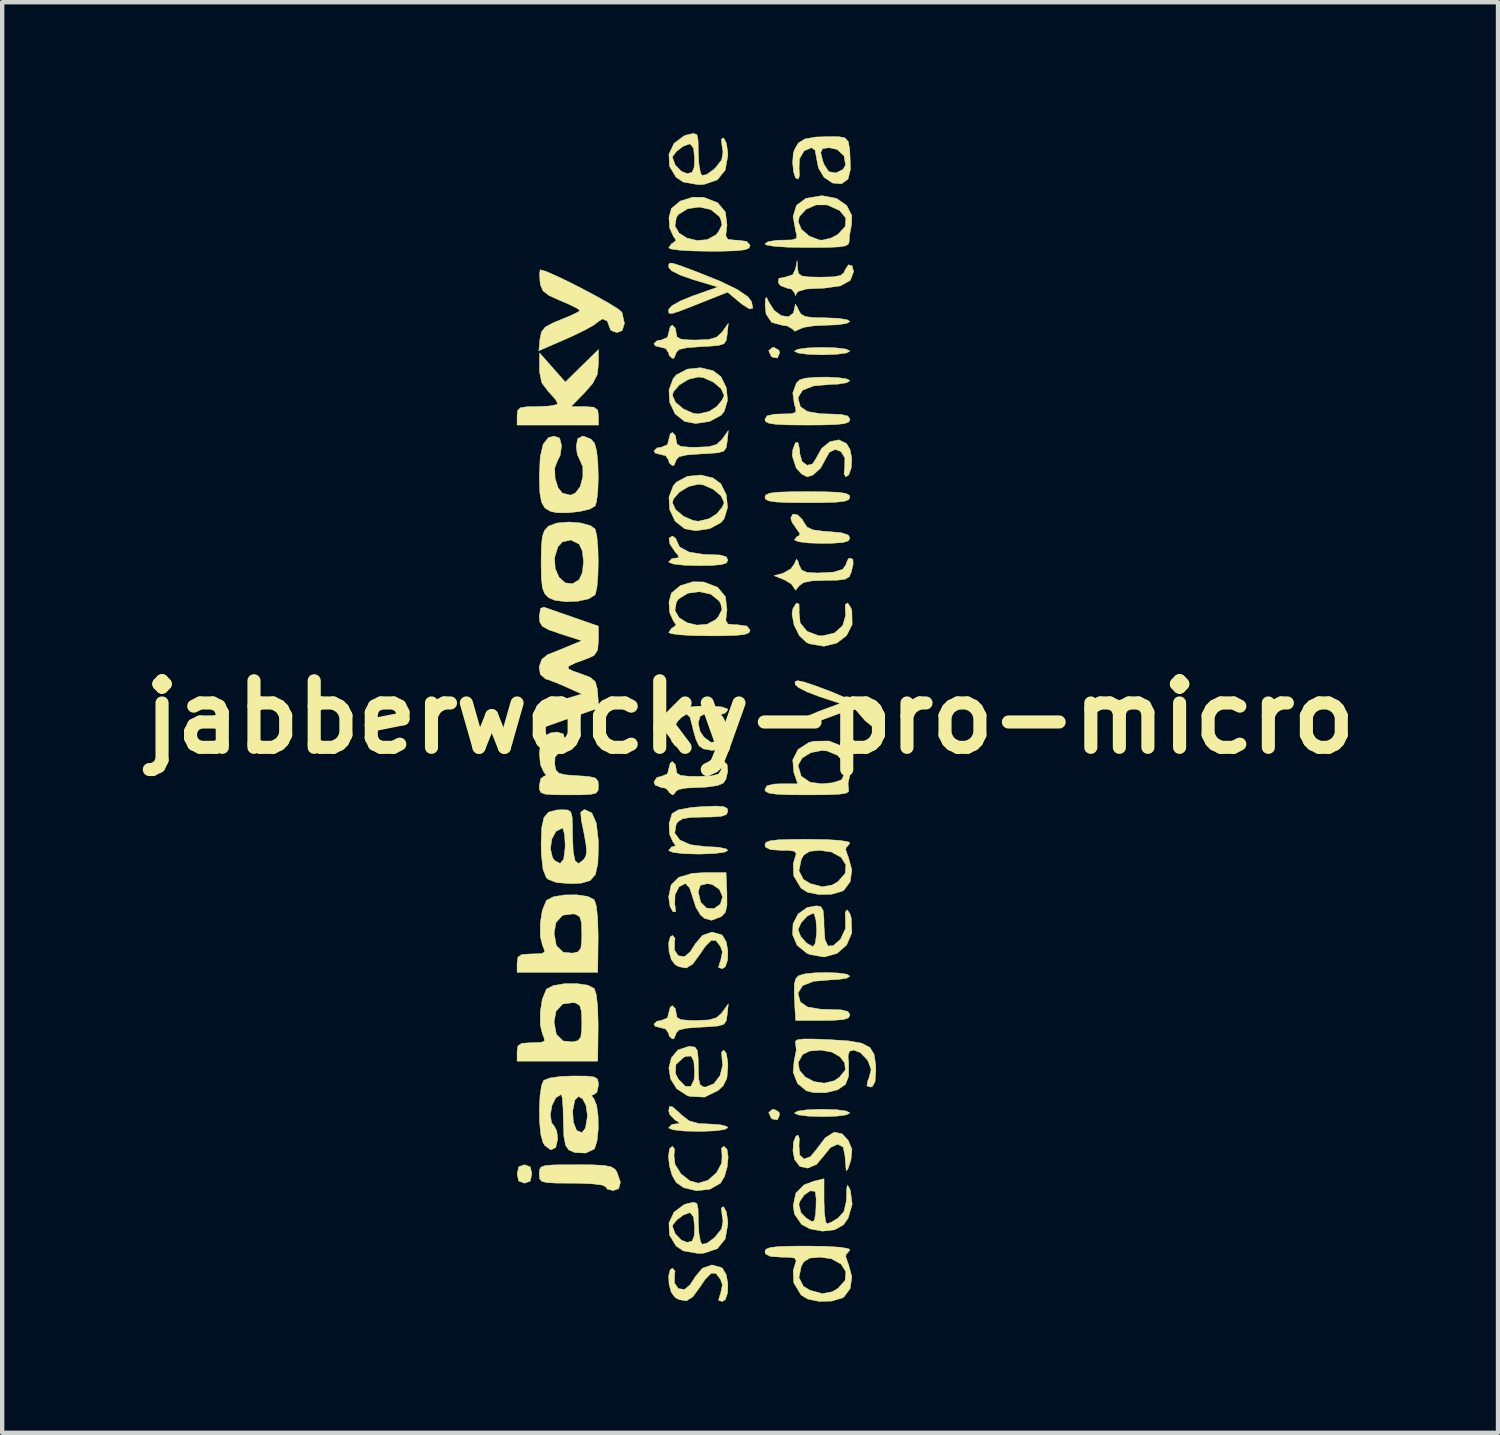
<source format=kicad_pcb>
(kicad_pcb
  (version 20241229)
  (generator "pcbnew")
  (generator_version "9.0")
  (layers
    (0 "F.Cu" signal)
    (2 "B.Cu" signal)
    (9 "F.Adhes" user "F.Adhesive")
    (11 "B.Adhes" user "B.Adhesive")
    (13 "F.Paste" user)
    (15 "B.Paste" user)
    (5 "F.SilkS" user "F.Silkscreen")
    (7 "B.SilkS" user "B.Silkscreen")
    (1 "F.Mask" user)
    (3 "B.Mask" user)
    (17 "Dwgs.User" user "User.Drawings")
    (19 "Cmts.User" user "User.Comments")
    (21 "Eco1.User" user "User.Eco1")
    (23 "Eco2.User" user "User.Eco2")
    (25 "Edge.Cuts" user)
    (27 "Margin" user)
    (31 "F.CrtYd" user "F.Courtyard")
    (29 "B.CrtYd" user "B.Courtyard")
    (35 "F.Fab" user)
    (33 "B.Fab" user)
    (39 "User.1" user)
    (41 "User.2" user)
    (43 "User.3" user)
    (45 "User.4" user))
  (footprint "jabberwocky-pro-micro"
    (layer "F.Cu")
    (at 14.122 13.37)
    (property "Reference" "jabberwocky-pro-micro" (at 0 0 0) (layer "F.SilkS") (effects (font (size 1.524 1.524) (thickness 0.3))))
    (attr through_hole)
    (fp_poly (pts (xy -5.032 10.294) (xy -4.995 10.456) (xy -5.035 10.622) (xy -5.165 10.668) (xy -5.297 10.618) (xy -5.334 10.456) (xy -5.294 10.29) (xy -5.165 10.245) (xy -5.032 10.294)) (stroke (width 0.01) (type solid)) (fill yes) (layer "F.SilkS"))
    (fp_poly (pts (xy 0.663 -8.399) (xy 0.677 -8.34) (xy 0.626 -8.223) (xy 0.509 -8.244) (xy 0.48 -8.269) (xy 0.426 -8.393) (xy 0.514 -8.464) (xy 0.55 -8.467) (xy 0.663 -8.399)) (stroke (width 0.01) (type solid)) (fill yes) (layer "F.SilkS"))
    (fp_poly (pts (xy 0.663 9.042) (xy 0.677 9.102) (xy 0.626 9.218) (xy 0.509 9.197) (xy 0.48 9.172) (xy 0.426 9.048) (xy 0.514 8.978) (xy 0.55 8.975) (xy 0.663 9.042)) (stroke (width 0.01) (type solid)) (fill yes) (layer "F.SilkS"))
    (fp_poly (pts (xy 1.971 -8.456) (xy 2.194 -8.428) (xy 2.285 -8.386) (xy 2.286 -8.382) (xy 2.207 -8.339) (xy 1.994 -8.31) (xy 1.681 -8.297) (xy 1.651 -8.297) (xy 1.331 -8.308) (xy 1.108 -8.336) (xy 1.017 -8.378) (xy 1.016 -8.382) (xy 1.095 -8.425) (xy 1.308 -8.454) (xy 1.621 -8.467) (xy 1.651 -8.467) (xy 1.971 -8.456)) (stroke (width 0.01) (type solid)) (fill yes) (layer "F.SilkS"))
    (fp_poly (pts (xy 1.971 8.985) (xy 2.194 9.014) (xy 2.285 9.055) (xy 2.286 9.059) (xy 2.207 9.102) (xy 1.994 9.132) (xy 1.681 9.144) (xy 1.651 9.144) (xy 1.331 9.133) (xy 1.108 9.105) (xy 1.017 9.063) (xy 1.016 9.059) (xy 1.095 9.017) (xy 1.308 8.987) (xy 1.621 8.975) (xy 1.651 8.975) (xy 1.971 8.985)) (stroke (width 0.01) (type solid)) (fill yes) (layer "F.SilkS"))
    (fp_poly (pts (xy 1.74 -5.161) (xy 2.025 -5.149) (xy 2.193 -5.124) (xy 2.271 -5.083) (xy 2.286 -5.038) (xy 2.26 -4.982) (xy 2.164 -4.945) (xy 1.973 -4.923) (xy 1.659 -4.913) (xy 1.312 -4.911) (xy 0.885 -4.914) (xy 0.6 -4.927) (xy 0.432 -4.952) (xy 0.354 -4.992) (xy 0.339 -5.038) (xy 0.365 -5.093) (xy 0.46 -5.131) (xy 0.652 -5.153) (xy 0.966 -5.163) (xy 1.312 -5.165) (xy 1.74 -5.161)) (stroke (width 0.01) (type solid)) (fill yes) (layer "F.SilkS"))
    (fp_poly (pts (xy -1.779 8.918) (xy -1.634 9.042) (xy -1.574 9.102) (xy -1.397 9.239) (xy -1.181 9.301) (xy -0.935 9.313) (xy -0.692 9.328) (xy -0.538 9.367) (xy -0.508 9.398) (xy -0.587 9.44) (xy -0.803 9.469) (xy -1.125 9.482) (xy -1.185 9.483) (xy -1.521 9.473) (xy -1.756 9.446) (xy -1.86 9.406) (xy -1.863 9.398) (xy -1.793 9.325) (xy -1.714 9.311) (xy -1.611 9.301) (xy -1.657 9.256) (xy -1.714 9.222) (xy -1.838 9.096) (xy -1.863 9.013) (xy -1.846 8.911) (xy -1.779 8.918)) (stroke (width 0.01) (type solid)) (fill yes) (layer "F.SilkS"))
    (fp_poly (pts (xy -1.696 -4.089) (xy -1.693 -4.07) (xy -1.615 -3.899) (xy -1.397 -3.781) (xy -1.061 -3.727) (xy -0.968 -3.725) (xy -0.689 -3.714) (xy -0.546 -3.673) (xy -0.508 -3.598) (xy -0.54 -3.533) (xy -0.656 -3.494) (xy -0.885 -3.475) (xy -1.185 -3.471) (xy -1.521 -3.481) (xy -1.756 -3.508) (xy -1.86 -3.548) (xy -1.863 -3.556) (xy -1.793 -3.629) (xy -1.723 -3.641) (xy -1.63 -3.653) (xy -1.655 -3.718) (xy -1.723 -3.796) (xy -1.837 -3.969) (xy -1.854 -4.101) (xy -1.778 -4.149) (xy -1.696 -4.089)) (stroke (width 0.01) (type solid)) (fill yes) (layer "F.SilkS"))
    (fp_poly (pts (xy 1.085 -4.634) (xy 1.198 -4.524) (xy 1.229 -4.466) (xy 1.304 -4.354) (xy 1.437 -4.29) (xy 1.673 -4.258) (xy 1.799 -4.25) (xy 2.096 -4.222) (xy 2.249 -4.17) (xy 2.286 -4.102) (xy 2.249 -4.037) (xy 2.119 -3.999) (xy 1.867 -3.982) (xy 1.651 -3.979) (xy 1.331 -3.99) (xy 1.108 -4.018) (xy 1.017 -4.06) (xy 1.016 -4.064) (xy 1.082 -4.144) (xy 1.114 -4.149) (xy 1.144 -4.198) (xy 1.071 -4.303) (xy 0.962 -4.461) (xy 0.931 -4.558) (xy 0.979 -4.651) (xy 1.085 -4.634)) (stroke (width 0.01) (type solid)) (fill yes) (layer "F.SilkS"))
    (fp_poly (pts (xy -3.591 10.248) (xy -3.335 10.262) (xy -3.18 10.294) (xy -3.093 10.348) (xy -3.051 10.408) (xy -2.968 10.643) (xy -3.007 10.793) (xy -3.133 10.837) (xy -3.27 10.802) (xy -3.302 10.753) (xy -3.382 10.712) (xy -3.603 10.683) (xy -3.938 10.669) (xy -4.064 10.668) (xy -4.425 10.666) (xy -4.649 10.655) (xy -4.768 10.626) (xy -4.817 10.569) (xy -4.826 10.475) (xy -4.826 10.456) (xy -4.821 10.36) (xy -4.785 10.299) (xy -4.686 10.264) (xy -4.495 10.249) (xy -4.18 10.245) (xy -3.982 10.245) (xy -3.591 10.248)) (stroke (width 0.01) (type solid)) (fill yes) (layer "F.SilkS"))
    (fp_poly (pts (xy -0.527 9.892) (xy -0.502 10.068) (xy -0.523 10.293) (xy -0.584 10.512) (xy -0.677 10.668) (xy -0.922 10.807) (xy -1.228 10.84) (xy -1.521 10.77) (xy -1.69 10.652) (xy -1.786 10.486) (xy -1.847 10.265) (xy -1.868 10.044) (xy -1.843 9.878) (xy -1.776 9.821) (xy -1.728 9.891) (xy -1.742 10.029) (xy -1.718 10.24) (xy -1.582 10.453) (xy -1.381 10.613) (xy -1.185 10.668) (xy -0.961 10.599) (xy -0.767 10.427) (xy -0.649 10.208) (xy -0.642 10.035) (xy -0.654 9.867) (xy -0.602 9.821) (xy -0.527 9.892)) (stroke (width 0.01) (type solid)) (fill yes) (layer "F.SilkS"))
    (fp_poly (pts (xy 2.311 -2.499) (xy 2.331 -2.431) (xy 2.337 -2.122) (xy 2.209 -1.869) (xy 1.983 -1.696) (xy 1.69 -1.625) (xy 1.365 -1.68) (xy 1.294 -1.711) (xy 1.129 -1.866) (xy 1.007 -2.11) (xy 0.96 -2.364) (xy 0.98 -2.485) (xy 1.061 -2.614) (xy 1.121 -2.591) (xy 1.125 -2.435) (xy 1.121 -2.41) (xy 1.147 -2.158) (xy 1.307 -1.966) (xy 1.565 -1.868) (xy 1.651 -1.863) (xy 1.93 -1.927) (xy 2.121 -2.097) (xy 2.189 -2.335) (xy 2.181 -2.41) (xy 2.179 -2.583) (xy 2.236 -2.615) (xy 2.311 -2.499)) (stroke (width 0.01) (type solid)) (fill yes) (layer "F.SilkS"))
    (fp_poly (pts (xy -3.471 -8.086) (xy -3.498 -7.847) (xy -3.602 -7.643) (xy -3.785 -7.433) (xy -4.098 -7.112) (xy -3.785 -7.112) (xy -3.577 -7.098) (xy -3.489 -7.035) (xy -3.471 -6.9) (xy -3.471 -6.689) (xy -5.334 -6.689) (xy -5.334 -6.9) (xy -5.322 -7.022) (xy -5.258 -7.085) (xy -5.101 -7.109) (xy -4.868 -7.112) (xy -4.613 -7.123) (xy -4.444 -7.153) (xy -4.403 -7.182) (xy -4.459 -7.282) (xy -4.596 -7.433) (xy -4.614 -7.451) (xy -4.769 -7.656) (xy -4.822 -7.918) (xy -4.822 -7.995) (xy -4.819 -8.34) (xy -4.524 -8.006) (xy -4.23 -7.673) (xy -3.851 -8.045) (xy -3.471 -8.417) (xy -3.471 -8.086)) (stroke (width 0.01) (type solid)) (fill yes) (layer "F.SilkS"))
    (fp_poly (pts (xy 1.089 -10.266) (xy 1.11 -10.16) (xy 1.183 -10.103) (xy 1.348 -10.08) (xy 1.617 -10.075) (xy 1.909 -10.083) (xy 2.073 -10.114) (xy 2.153 -10.181) (xy 2.177 -10.244) (xy 2.252 -10.358) (xy 2.337 -10.332) (xy 2.371 -10.203) (xy 2.295 -10.002) (xy 2.068 -9.875) (xy 1.695 -9.823) (xy 1.61 -9.821) (xy 1.286 -9.803) (xy 1.103 -9.75) (xy 1.072 -9.716) (xy 1.034 -9.653) (xy 1.023 -9.716) (xy 0.946 -9.803) (xy 0.856 -9.821) (xy 0.698 -9.88) (xy 0.647 -9.948) (xy 0.658 -10.047) (xy 0.801 -10.075) (xy 0.977 -10.131) (xy 1.041 -10.266) (xy 1.078 -10.456) (xy 1.089 -10.266)) (stroke (width 0.01) (type solid)) (fill yes) (layer "F.SilkS"))
    (fp_poly (pts (xy 1.23 -0.808) (xy 1.484 -0.724) (xy 1.871 -0.579) (xy 1.874 -0.578) (xy 2.308 -0.392) (xy 2.639 -0.206) (xy 2.851 -0.034) (xy 2.927 0.111) (xy 2.895 0.187) (xy 2.79 0.204) (xy 2.635 0.079) (xy 2.594 0.032) (xy 2.383 -0.212) (xy 1.847 -0.013) (xy 1.469 0.125) (xy 1.224 0.209) (xy 1.085 0.243) (xy 1.027 0.233) (xy 1.025 0.186) (xy 1.031 0.168) (xy 1.125 0.081) (xy 1.332 -0.032) (xy 1.564 -0.13) (xy 2.061 -0.315) (xy 1.565 -0.48) (xy 1.298 -0.583) (xy 1.106 -0.682) (xy 1.035 -0.746) (xy 1.029 -0.814) (xy 1.087 -0.837) (xy 1.23 -0.808)) (stroke (width 0.01) (type solid)) (fill yes) (layer "F.SilkS"))
    (fp_poly (pts (xy 0.419 -9.522) (xy 0.551 -9.314) (xy 0.717 -9.193) (xy 0.878 -9.169) (xy 0.992 -9.252) (xy 1.021 -9.374) (xy 1.037 -9.456) (xy 1.082 -9.385) (xy 1.103 -9.335) (xy 1.163 -9.231) (xy 1.266 -9.173) (xy 1.455 -9.149) (xy 1.733 -9.144) (xy 2.022 -9.132) (xy 2.219 -9.101) (xy 2.286 -9.059) (xy 2.208 -9.015) (xy 2.004 -8.984) (xy 1.753 -8.975) (xy 1.459 -8.961) (xy 1.23 -8.925) (xy 1.127 -8.883) (xy 1.025 -8.836) (xy 0.978 -8.883) (xy 0.856 -8.956) (xy 0.732 -8.975) (xy 0.494 -9.039) (xy 0.366 -9.231) (xy 0.344 -9.436) (xy 0.354 -9.597) (xy 0.382 -9.604) (xy 0.419 -9.522)) (stroke (width 0.01) (type solid)) (fill yes) (layer "F.SilkS"))
    (fp_poly (pts (xy 2.205 -6.268) (xy 2.288 -6.132) (xy 2.329 -5.922) (xy 2.316 -5.706) (xy 2.258 -5.547) (xy 2.191 -5.503) (xy 2.151 -5.573) (xy 2.167 -5.716) (xy 2.17 -5.936) (xy 2.083 -6.081) (xy 1.95 -6.131) (xy 1.814 -6.066) (xy 1.733 -5.919) (xy 1.613 -5.701) (xy 1.439 -5.545) (xy 1.308 -5.503) (xy 1.179 -5.568) (xy 1.056 -5.706) (xy 0.965 -5.986) (xy 0.98 -6.133) (xy 1.042 -6.289) (xy 1.098 -6.284) (xy 1.134 -6.131) (xy 1.139 -6.031) (xy 1.192 -5.851) (xy 1.307 -5.768) (xy 1.432 -5.8) (xy 1.495 -5.899) (xy 1.639 -6.155) (xy 1.83 -6.309) (xy 2.031 -6.35) (xy 2.205 -6.268)) (stroke (width 0.01) (type solid)) (fill yes) (layer "F.SilkS"))
    (fp_poly (pts (xy -1.75 -10.388) (xy -1.576 -10.33) (xy -1.28 -10.219) (xy -1.23 -10.2) (xy -0.68 -9.979) (xy -0.289 -9.79) (xy -0.051 -9.628) (xy 0.034 -9.516) (xy 0.063 -9.366) (xy -0.012 -9.347) (xy -0.188 -9.458) (xy -0.254 -9.512) (xy -0.515 -9.731) (xy -0.956 -9.556) (xy -1.346 -9.401) (xy -1.605 -9.301) (xy -1.759 -9.249) (xy -1.836 -9.239) (xy -1.862 -9.265) (xy -1.863 -9.32) (xy -1.863 -9.34) (xy -1.789 -9.421) (xy -1.594 -9.53) (xy -1.319 -9.643) (xy -1.299 -9.65) (xy -0.736 -9.849) (xy -1.299 -10.017) (xy -1.604 -10.124) (xy -1.802 -10.226) (xy -1.863 -10.3) (xy -1.861 -10.368) (xy -1.834 -10.399) (xy -1.75 -10.388)) (stroke (width 0.01) (type solid)) (fill yes) (layer "F.SilkS"))
    (fp_poly (pts (xy 2.109 9.537) (xy 2.246 9.686) (xy 2.332 9.89) (xy 2.311 10.124) (xy 2.298 10.173) (xy 2.242 10.336) (xy 2.205 10.382) (xy 2.201 10.372) (xy 2.186 10.231) (xy 2.172 10.033) (xy 2.131 9.843) (xy 2.02 9.78) (xy 1.997 9.779) (xy 1.842 9.85) (xy 1.696 10.029) (xy 1.694 10.033) (xy 1.522 10.237) (xy 1.323 10.323) (xy 1.14 10.285) (xy 1.022 10.132) (xy 0.982 9.931) (xy 0.994 9.729) (xy 1.049 9.592) (xy 1.096 9.567) (xy 1.128 9.639) (xy 1.12 9.809) (xy 1.135 10.025) (xy 1.235 10.114) (xy 1.38 10.062) (xy 1.497 9.924) (xy 1.721 9.629) (xy 1.924 9.5) (xy 2.109 9.537)) (stroke (width 0.01) (type solid)) (fill yes) (layer "F.SilkS"))
    (fp_poly (pts (xy 2.355 -3.614) (xy 2.36 -3.506) (xy 2.317 -3.323) (xy 2.273 -3.219) (xy 2.181 -3.161) (xy 2.001 -3.137) (xy 1.73 -3.133) (xy 1.413 -3.122) (xy 1.224 -3.083) (xy 1.121 -3.006) (xy 1.107 -2.985) (xy 1.039 -2.907) (xy 1.019 -2.944) (xy 0.946 -3.05) (xy 0.783 -3.147) (xy 0.55 -3.241) (xy 0.754 -3.295) (xy 0.935 -3.398) (xy 1.015 -3.511) (xy 1.062 -3.619) (xy 1.097 -3.573) (xy 1.121 -3.488) (xy 1.179 -3.37) (xy 1.304 -3.316) (xy 1.547 -3.302) (xy 1.551 -3.302) (xy 1.911 -3.322) (xy 2.121 -3.386) (xy 2.2 -3.5) (xy 2.201 -3.523) (xy 2.25 -3.629) (xy 2.286 -3.641) (xy 2.355 -3.614)) (stroke (width 0.01) (type solid)) (fill yes) (layer "F.SilkS"))
    (fp_poly (pts (xy 2.018 5.856) (xy 2.21 5.883) (xy 2.286 5.927) (xy 2.286 5.927) (xy 2.21 5.975) (xy 2.015 6.005) (xy 1.857 6.011) (xy 1.457 6.045) (xy 1.203 6.144) (xy 1.102 6.307) (xy 1.101 6.336) (xy 1.151 6.521) (xy 1.316 6.634) (xy 1.615 6.684) (xy 1.795 6.689) (xy 2.084 6.699) (xy 2.237 6.736) (xy 2.286 6.807) (xy 2.286 6.816) (xy 2.252 6.883) (xy 2.13 6.923) (xy 1.89 6.94) (xy 1.665 6.943) (xy 1.044 6.943) (xy 1.027 6.668) (xy 1.01 6.324) (xy 1.014 6.11) (xy 1.045 5.988) (xy 1.107 5.921) (xy 1.114 5.917) (xy 1.256 5.875) (xy 1.489 5.851) (xy 1.76 5.845) (xy 2.018 5.856)) (stroke (width 0.01) (type solid)) (fill yes) (layer "F.SilkS"))
    (fp_poly (pts (xy -4.276 0.38) (xy -4.233 0.534) (xy -4.233 0.541) (xy -4.283 0.718) (xy -4.366 0.795) (xy -4.466 0.918) (xy -4.472 1.079) (xy -4.445 1.211) (xy -4.374 1.284) (xy -4.217 1.32) (xy -3.958 1.338) (xy -3.684 1.358) (xy -3.538 1.394) (xy -3.481 1.466) (xy -3.471 1.571) (xy -3.479 1.673) (xy -3.525 1.735) (xy -3.644 1.766) (xy -3.871 1.777) (xy -4.149 1.778) (xy -4.485 1.776) (xy -4.686 1.762) (xy -4.787 1.725) (xy -4.822 1.656) (xy -4.826 1.566) (xy -4.791 1.407) (xy -4.724 1.355) (xy -4.665 1.33) (xy -4.724 1.253) (xy -4.799 1.086) (xy -4.823 0.839) (xy -4.796 0.595) (xy -4.724 0.44) (xy -4.562 0.358) (xy -4.428 0.339) (xy -4.276 0.38)) (stroke (width 0.01) (type solid)) (fill yes) (layer "F.SilkS"))
    (fp_poly (pts (xy -0.847 -7.933) (xy -0.668 -7.799) (xy -0.542 -7.542) (xy -0.516 -7.253) (xy -0.593 -7) (xy -0.662 -6.914) (xy -0.924 -6.772) (xy -1.243 -6.724) (xy -1.497 -6.771) (xy -1.716 -6.944) (xy -1.839 -7.204) (xy -1.849 -7.366) (xy -1.778 -7.366) (xy -1.705 -7.208) (xy -1.527 -7.058) (xy -1.304 -6.959) (xy -1.185 -6.943) (xy -0.937 -7) (xy -0.762 -7.112) (xy -0.638 -7.264) (xy -0.593 -7.366) (xy -0.665 -7.524) (xy -0.843 -7.674) (xy -1.066 -7.773) (xy -1.185 -7.789) (xy -1.407 -7.737) (xy -1.617 -7.61) (xy -1.755 -7.451) (xy -1.778 -7.366) (xy -1.849 -7.366) (xy -1.857 -7.493) (xy -1.759 -7.755) (xy -1.687 -7.838) (xy -1.435 -7.97) (xy -1.133 -8.001) (xy -0.847 -7.933)) (stroke (width 0.01) (type solid)) (fill yes) (layer "F.SilkS"))
    (fp_poly (pts (xy -0.847 -5.477) (xy -0.668 -5.344) (xy -0.542 -5.087) (xy -0.516 -4.798) (xy -0.593 -4.545) (xy -0.662 -4.459) (xy -0.924 -4.317) (xy -1.243 -4.269) (xy -1.497 -4.315) (xy -1.716 -4.488) (xy -1.839 -4.749) (xy -1.849 -4.911) (xy -1.778 -4.911) (xy -1.705 -4.752) (xy -1.527 -4.602) (xy -1.304 -4.504) (xy -1.185 -4.487) (xy -0.937 -4.545) (xy -0.762 -4.657) (xy -0.638 -4.808) (xy -0.593 -4.911) (xy -0.665 -5.069) (xy -0.843 -5.219) (xy -1.066 -5.317) (xy -1.185 -5.334) (xy -1.407 -5.282) (xy -1.617 -5.155) (xy -1.755 -4.996) (xy -1.778 -4.911) (xy -1.849 -4.911) (xy -1.857 -5.038) (xy -1.759 -5.299) (xy -1.687 -5.382) (xy -1.435 -5.515) (xy -1.133 -5.546) (xy -0.847 -5.477)) (stroke (width 0.01) (type solid)) (fill yes) (layer "F.SilkS"))
    (fp_poly (pts (xy -0.657 4.979) (xy -0.63 4.999) (xy -0.546 5.142) (xy -0.508 5.349) (xy -0.515 5.56) (xy -0.568 5.715) (xy -0.638 5.757) (xy -0.722 5.728) (xy -0.69 5.613) (xy -0.677 5.588) (xy -0.633 5.371) (xy -0.677 5.249) (xy -0.781 5.112) (xy -0.89 5.109) (xy -1.028 5.248) (xy -1.143 5.419) (xy -1.312 5.65) (xy -1.46 5.742) (xy -1.627 5.712) (xy -1.714 5.666) (xy -1.803 5.548) (xy -1.855 5.361) (xy -1.864 5.166) (xy -1.826 5.026) (xy -1.772 4.995) (xy -1.718 5.06) (xy -1.728 5.144) (xy -1.731 5.332) (xy -1.643 5.462) (xy -1.501 5.48) (xy -1.497 5.479) (xy -1.371 5.371) (xy -1.255 5.191) (xy -1.091 4.995) (xy -0.872 4.919) (xy -0.657 4.979)) (stroke (width 0.01) (type solid)) (fill yes) (layer "F.SilkS"))
    (fp_poly (pts (xy -0.657 12.599) (xy -0.63 12.619) (xy -0.546 12.762) (xy -0.508 12.969) (xy -0.515 13.18) (xy -0.568 13.335) (xy -0.638 13.377) (xy -0.722 13.348) (xy -0.69 13.233) (xy -0.677 13.208) (xy -0.633 12.991) (xy -0.677 12.869) (xy -0.781 12.732) (xy -0.89 12.729) (xy -1.028 12.868) (xy -1.143 13.039) (xy -1.312 13.27) (xy -1.46 13.362) (xy -1.627 13.332) (xy -1.714 13.286) (xy -1.803 13.168) (xy -1.855 12.981) (xy -1.864 12.786) (xy -1.826 12.646) (xy -1.772 12.615) (xy -1.718 12.68) (xy -1.728 12.764) (xy -1.731 12.952) (xy -1.643 13.082) (xy -1.501 13.1) (xy -1.497 13.099) (xy -1.371 12.991) (xy -1.255 12.811) (xy -1.091 12.615) (xy -0.872 12.539) (xy -0.657 12.599)) (stroke (width 0.01) (type solid)) (fill yes) (layer "F.SilkS"))
    (fp_poly (pts (xy -0.524 -8.763) (xy -0.545 -8.628) (xy -0.599 -8.55) (xy -0.726 -8.511) (xy -0.964 -8.491) (xy -1.122 -8.484) (xy -1.444 -8.46) (xy -1.625 -8.419) (xy -1.691 -8.354) (xy -1.693 -8.336) (xy -1.74 -8.226) (xy -1.778 -8.213) (xy -1.853 -8.281) (xy -1.863 -8.34) (xy -1.933 -8.443) (xy -2.032 -8.467) (xy -2.17 -8.502) (xy -2.201 -8.551) (xy -2.13 -8.62) (xy -2.032 -8.636) (xy -1.89 -8.696) (xy -1.863 -8.805) (xy -1.827 -8.943) (xy -1.778 -8.975) (xy -1.709 -8.904) (xy -1.693 -8.805) (xy -1.673 -8.707) (xy -1.585 -8.656) (xy -1.389 -8.638) (xy -1.232 -8.636) (xy -0.944 -8.649) (xy -0.768 -8.7) (xy -0.65 -8.806) (xy -0.635 -8.826) (xy -0.498 -9.017) (xy -0.524 -8.763)) (stroke (width 0.01) (type solid)) (fill yes) (layer "F.SilkS"))
    (fp_poly (pts (xy -0.524 -6.308) (xy -0.545 -6.173) (xy -0.599 -6.095) (xy -0.726 -6.055) (xy -0.964 -6.036) (xy -1.122 -6.029) (xy -1.444 -6.005) (xy -1.625 -5.964) (xy -1.691 -5.899) (xy -1.693 -5.88) (xy -1.74 -5.77) (xy -1.778 -5.757) (xy -1.853 -5.826) (xy -1.863 -5.884) (xy -1.933 -5.988) (xy -2.032 -6.011) (xy -2.17 -6.047) (xy -2.201 -6.096) (xy -2.13 -6.165) (xy -2.032 -6.181) (xy -1.89 -6.241) (xy -1.863 -6.35) (xy -1.827 -6.488) (xy -1.778 -6.519) (xy -1.709 -6.448) (xy -1.693 -6.35) (xy -1.673 -6.252) (xy -1.585 -6.201) (xy -1.389 -6.182) (xy -1.232 -6.181) (xy -0.944 -6.194) (xy -0.768 -6.244) (xy -0.65 -6.35) (xy -0.635 -6.371) (xy -0.498 -6.562) (xy -0.524 -6.308)) (stroke (width 0.01) (type solid)) (fill yes) (layer "F.SilkS"))
    (fp_poly (pts (xy -0.524 6.816) (xy -0.545 6.95) (xy -0.599 7.028) (xy -0.726 7.068) (xy -0.964 7.087) (xy -1.122 7.095) (xy -1.444 7.118) (xy -1.625 7.159) (xy -1.691 7.224) (xy -1.693 7.243) (xy -1.74 7.353) (xy -1.778 7.366) (xy -1.853 7.297) (xy -1.863 7.239) (xy -1.933 7.136) (xy -2.032 7.112) (xy -2.17 7.077) (xy -2.201 7.027) (xy -2.13 6.959) (xy -2.032 6.943) (xy -1.89 6.883) (xy -1.863 6.773) (xy -1.827 6.636) (xy -1.778 6.604) (xy -1.709 6.675) (xy -1.693 6.773) (xy -1.673 6.872) (xy -1.585 6.923) (xy -1.389 6.941) (xy -1.232 6.943) (xy -0.944 6.93) (xy -0.768 6.879) (xy -0.65 6.773) (xy -0.635 6.752) (xy -0.498 6.562) (xy -0.524 6.816)) (stroke (width 0.01) (type solid)) (fill yes) (layer "F.SilkS"))
    (fp_poly (pts (xy -0.525 1.084) (xy -0.512 1.24) (xy -0.551 1.412) (xy -0.61 1.507) (xy -0.745 1.563) (xy -0.989 1.599) (xy -1.202 1.609) (xy -1.466 1.622) (xy -1.644 1.656) (xy -1.693 1.693) (xy -1.758 1.776) (xy -1.778 1.778) (xy -1.86 1.714) (xy -1.863 1.693) (xy -1.934 1.625) (xy -2.032 1.609) (xy -2.17 1.556) (xy -2.201 1.482) (xy -2.131 1.378) (xy -2.032 1.355) (xy -1.89 1.295) (xy -1.863 1.185) (xy -1.827 1.048) (xy -1.778 1.016) (xy -1.709 1.087) (xy -1.693 1.185) (xy -1.675 1.28) (xy -1.593 1.331) (xy -1.41 1.352) (xy -1.185 1.355) (xy -0.885 1.344) (xy -0.721 1.3) (xy -0.661 1.205) (xy -0.667 1.079) (xy -0.613 1.018) (xy -0.593 1.016) (xy -0.525 1.084)) (stroke (width 0.01) (type solid)) (fill yes) (layer "F.SilkS"))
    (fp_poly (pts (xy -4.673 -10.207) (xy -4.441 -10.106) (xy -4.142 -9.963) (xy -3.812 -9.795) (xy -3.489 -9.622) (xy -3.21 -9.464) (xy -3.012 -9.34) (xy -2.933 -9.271) (xy -2.876 -9.016) (xy -2.927 -8.853) (xy -3.048 -8.805) (xy -3.185 -8.856) (xy -3.217 -8.927) (xy -3.268 -9.069) (xy -3.377 -9.12) (xy -3.471 -9.061) (xy -3.574 -8.98) (xy -3.794 -8.858) (xy -4.087 -8.717) (xy -4.186 -8.673) (xy -4.836 -8.39) (xy -4.81 -8.659) (xy -4.776 -8.822) (xy -4.686 -8.934) (xy -4.498 -9.035) (xy -4.339 -9.099) (xy -4.097 -9.199) (xy -3.936 -9.279) (xy -3.895 -9.313) (xy -3.966 -9.365) (xy -4.151 -9.456) (xy -4.339 -9.536) (xy -4.599 -9.653) (xy -4.738 -9.758) (xy -4.797 -9.892) (xy -4.81 -9.98) (xy -4.819 -10.163) (xy -4.803 -10.244) (xy -4.801 -10.245) (xy -4.673 -10.207)) (stroke (width 0.01) (type solid)) (fill yes) (layer "F.SilkS"))
    (fp_poly (pts (xy -0.607 2.046) (xy -0.525 2.087) (xy -0.508 2.149) (xy -0.538 2.225) (xy -0.651 2.267) (xy -0.882 2.284) (xy -1.055 2.286) (xy -1.365 2.294) (xy -1.55 2.327) (xy -1.654 2.396) (xy -1.692 2.453) (xy -1.725 2.651) (xy -1.609 2.81) (xy -1.364 2.919) (xy -1.009 2.963) (xy -0.974 2.963) (xy -0.719 2.977) (xy -0.55 3.013) (xy -0.508 3.048) (xy -0.587 3.09) (xy -0.803 3.119) (xy -1.125 3.132) (xy -1.185 3.133) (xy -1.521 3.123) (xy -1.756 3.096) (xy -1.86 3.056) (xy -1.863 3.048) (xy -1.796 2.969) (xy -1.761 2.963) (xy -1.702 2.938) (xy -1.761 2.862) (xy -1.843 2.682) (xy -1.854 2.437) (xy -1.789 2.216) (xy -1.782 2.204) (xy -1.642 2.121) (xy -1.345 2.066) (xy -1.106 2.047) (xy -0.789 2.034) (xy -0.607 2.046)) (stroke (width 0.01) (type solid)) (fill yes) (layer "F.SilkS"))
    (fp_poly (pts (xy 2.02 -7.774) (xy 2.211 -7.746) (xy 2.286 -7.705) (xy 2.21 -7.657) (xy 2.015 -7.626) (xy 1.857 -7.62) (xy 1.457 -7.586) (xy 1.203 -7.487) (xy 1.102 -7.325) (xy 1.101 -7.295) (xy 1.151 -7.11) (xy 1.316 -6.998) (xy 1.615 -6.948) (xy 1.795 -6.943) (xy 2.084 -6.932) (xy 2.237 -6.896) (xy 2.286 -6.825) (xy 2.286 -6.816) (xy 2.26 -6.76) (xy 2.164 -6.723) (xy 1.973 -6.701) (xy 1.659 -6.691) (xy 1.312 -6.689) (xy 0.885 -6.692) (xy 0.6 -6.705) (xy 0.432 -6.73) (xy 0.354 -6.77) (xy 0.339 -6.816) (xy 0.389 -6.9) (xy 0.559 -6.938) (xy 0.718 -6.943) (xy 0.948 -6.948) (xy 1.046 -6.982) (xy 1.046 -7.069) (xy 1.016 -7.154) (xy 0.978 -7.423) (xy 1.06 -7.65) (xy 1.137 -7.725) (xy 1.27 -7.763) (xy 1.497 -7.783) (xy 1.764 -7.787) (xy 2.02 -7.774)) (stroke (width 0.01) (type solid)) (fill yes) (layer "F.SilkS"))
    (fp_poly (pts (xy -3.718 4.102) (xy -3.566 4.179) (xy -3.52 4.322) (xy -3.489 4.6) (xy -3.479 4.978) (xy -3.479 5.068) (xy -3.487 5.842) (xy -5.334 5.842) (xy -5.334 5.63) (xy -5.316 5.494) (xy -5.229 5.434) (xy -5.027 5.419) (xy -4.992 5.419) (xy -4.779 5.412) (xy -4.701 5.375) (xy -4.725 5.282) (xy -4.748 5.237) (xy -4.803 5.016) (xy -4.803 4.946) (xy -4.487 4.946) (xy -4.435 5.229) (xy -4.279 5.38) (xy -4.065 5.401) (xy -3.938 5.371) (xy -3.875 5.288) (xy -3.854 5.107) (xy -3.852 4.953) (xy -3.861 4.698) (xy -3.9 4.567) (xy -3.99 4.513) (xy -4.047 4.502) (xy -4.292 4.534) (xy -4.443 4.701) (xy -4.487 4.946) (xy -4.803 4.946) (xy -4.803 4.719) (xy -4.757 4.424) (xy -4.669 4.208) (xy -4.657 4.191) (xy -4.504 4.111) (xy -4.252 4.069) (xy -3.969 4.066) (xy -3.718 4.102)) (stroke (width 0.01) (type solid)) (fill yes) (layer "F.SilkS"))
    (fp_poly (pts (xy -3.718 6.134) (xy -3.566 6.211) (xy -3.52 6.354) (xy -3.489 6.632) (xy -3.479 7.01) (xy -3.479 7.1) (xy -3.487 7.874) (xy -5.334 7.874) (xy -5.334 7.662) (xy -5.316 7.526) (xy -5.229 7.466) (xy -5.027 7.451) (xy -4.992 7.451) (xy -4.779 7.444) (xy -4.701 7.407) (xy -4.725 7.314) (xy -4.748 7.269) (xy -4.803 7.048) (xy -4.803 6.978) (xy -4.487 6.978) (xy -4.435 7.261) (xy -4.279 7.412) (xy -4.065 7.433) (xy -3.938 7.403) (xy -3.875 7.32) (xy -3.854 7.139) (xy -3.852 6.985) (xy -3.861 6.73) (xy -3.9 6.599) (xy -3.99 6.545) (xy -4.047 6.534) (xy -4.292 6.566) (xy -4.443 6.733) (xy -4.487 6.978) (xy -4.803 6.978) (xy -4.803 6.751) (xy -4.757 6.456) (xy -4.669 6.24) (xy -4.657 6.223) (xy -4.504 6.143) (xy -4.252 6.101) (xy -3.969 6.098) (xy -3.718 6.134)) (stroke (width 0.01) (type solid)) (fill yes) (layer "F.SilkS"))
    (fp_poly (pts (xy -3.642 -6.366) (xy -3.559 -6.271) (xy -3.512 -6.095) (xy -3.484 -5.816) (xy -3.475 -5.49) (xy -3.485 -5.177) (xy -3.515 -4.933) (xy -3.548 -4.836) (xy -3.672 -4.764) (xy -3.901 -4.71) (xy -4.174 -4.68) (xy -4.426 -4.683) (xy -4.572 -4.714) (xy -4.698 -4.791) (xy -4.774 -4.921) (xy -4.813 -5.139) (xy -4.825 -5.484) (xy -4.825 -5.53) (xy -4.804 -5.965) (xy -4.737 -6.25) (xy -4.617 -6.401) (xy -4.484 -6.435) (xy -4.359 -6.39) (xy -4.318 -6.229) (xy -4.318 -6.198) (xy -4.348 -5.991) (xy -4.409 -5.87) (xy -4.473 -5.705) (xy -4.464 -5.473) (xy -4.395 -5.252) (xy -4.297 -5.131) (xy -4.113 -5.084) (xy -4 -5.131) (xy -3.889 -5.28) (xy -3.828 -5.508) (xy -3.829 -5.735) (xy -3.889 -5.87) (xy -3.956 -6.017) (xy -3.979 -6.198) (xy -3.948 -6.376) (xy -3.835 -6.434) (xy -3.813 -6.435) (xy -3.642 -6.366)) (stroke (width 0.01) (type solid)) (fill yes) (layer "F.SilkS"))
    (fp_poly (pts (xy -0.55 3.556) (xy -0.53 4.019) (xy -0.529 4.302) (xy -0.564 4.464) (xy -0.649 4.556) (xy -0.673 4.57) (xy -0.883 4.649) (xy -1.042 4.605) (xy -1.134 4.527) (xy -1.238 4.356) (xy -1.316 4.118) (xy -1.318 4.104) (xy -1.352 4.005) (xy -1.185 4.005) (xy -1.131 4.235) (xy -0.997 4.369) (xy -0.826 4.383) (xy -0.682 4.281) (xy -0.629 4.11) (xy -0.702 3.94) (xy -0.867 3.828) (xy -0.977 3.81) (xy -1.138 3.848) (xy -1.185 3.988) (xy -1.185 4.005) (xy -1.352 4.005) (xy -1.384 3.907) (xy -1.474 3.812) (xy -1.488 3.81) (xy -1.628 3.883) (xy -1.717 4.062) (xy -1.725 4.284) (xy -1.718 4.318) (xy -1.703 4.454) (xy -1.765 4.453) (xy -1.832 4.334) (xy -1.862 4.126) (xy -1.863 4.106) (xy -1.807 3.839) (xy -1.632 3.665) (xy -1.324 3.574) (xy -1.018 3.556) (xy -0.55 3.556)) (stroke (width 0.01) (type solid)) (fill yes) (layer "F.SilkS"))
    (fp_poly (pts (xy 1.693 11.082) (xy 1.703 11.353) (xy 1.729 11.54) (xy 1.759 11.599) (xy 1.871 11.555) (xy 2.013 11.468) (xy 2.148 11.318) (xy 2.202 11.085) (xy 2.207 10.981) (xy 2.214 10.771) (xy 2.234 10.712) (xy 2.277 10.789) (xy 2.296 10.835) (xy 2.338 11.15) (xy 2.245 11.469) (xy 2.139 11.62) (xy 1.936 11.735) (xy 1.656 11.766) (xy 1.369 11.713) (xy 1.181 11.613) (xy 1.017 11.377) (xy 0.988 11.185) (xy 0.994 11.155) (xy 1.117 11.155) (xy 1.167 11.346) (xy 1.286 11.466) (xy 1.41 11.545) (xy 1.471 11.527) (xy 1.498 11.383) (xy 1.508 11.254) (xy 1.513 11.024) (xy 1.494 10.874) (xy 1.483 10.853) (xy 1.375 10.843) (xy 1.242 10.935) (xy 1.139 11.082) (xy 1.117 11.155) (xy 0.994 11.155) (xy 1.048 10.895) (xy 1.238 10.705) (xy 1.46 10.622) (xy 1.693 10.565) (xy 1.693 11.082)) (stroke (width 0.01) (type solid)) (fill yes) (layer "F.SilkS"))
    (fp_poly (pts (xy -3.879 -4.447) (xy -3.651 -4.385) (xy -3.548 -4.308) (xy -3.509 -4.158) (xy -3.484 -3.895) (xy -3.476 -3.573) (xy -3.483 -3.249) (xy -3.505 -2.977) (xy -3.543 -2.812) (xy -3.548 -2.804) (xy -3.69 -2.712) (xy -3.934 -2.657) (xy -4.215 -2.644) (xy -4.471 -2.677) (xy -4.614 -2.738) (xy -4.7 -2.826) (xy -4.752 -2.957) (xy -4.777 -3.172) (xy -4.784 -3.511) (xy -4.784 -3.556) (xy -4.782 -3.647) (xy -4.477 -3.647) (xy -4.461 -3.404) (xy -4.372 -3.202) (xy -4.231 -3.076) (xy -4.061 -3.057) (xy -3.912 -3.15) (xy -3.837 -3.317) (xy -3.813 -3.563) (xy -3.84 -3.808) (xy -3.912 -3.962) (xy -4.104 -4.058) (xy -4.298 -4.013) (xy -4.4 -3.9) (xy -4.477 -3.647) (xy -4.782 -3.647) (xy -4.778 -3.911) (xy -4.755 -4.137) (xy -4.707 -4.275) (xy -4.625 -4.365) (xy -4.614 -4.374) (xy -4.425 -4.446) (xy -4.159 -4.469) (xy -3.879 -4.447)) (stroke (width 0.01) (type solid)) (fill yes) (layer "F.SilkS"))
    (fp_poly (pts (xy 1.619 4.337) (xy 1.672 4.42) (xy 1.691 4.608) (xy 1.693 4.784) (xy 1.715 5.091) (xy 1.785 5.238) (xy 1.906 5.229) (xy 2.071 5.083) (xy 2.186 4.835) (xy 2.184 4.66) (xy 2.179 4.465) (xy 2.222 4.408) (xy 2.287 4.501) (xy 2.316 4.597) (xy 2.33 4.938) (xy 2.21 5.216) (xy 1.988 5.409) (xy 1.696 5.489) (xy 1.365 5.432) (xy 1.301 5.404) (xy 1.076 5.222) (xy 0.974 4.982) (xy 0.978 4.868) (xy 1.101 4.868) (xy 1.16 5.019) (xy 1.293 5.171) (xy 1.433 5.248) (xy 1.445 5.249) (xy 1.492 5.174) (xy 1.52 4.982) (xy 1.524 4.868) (xy 1.508 4.641) (xy 1.469 4.505) (xy 1.445 4.487) (xy 1.309 4.553) (xy 1.172 4.7) (xy 1.101 4.854) (xy 1.101 4.868) (xy 0.978 4.868) (xy 0.984 4.729) (xy 1.098 4.506) (xy 1.307 4.356) (xy 1.518 4.318) (xy 1.619 4.337)) (stroke (width 0.01) (type solid)) (fill yes) (layer "F.SilkS"))
    (fp_poly (pts (xy 2.035 -13.291) (xy 2.173 -13.264) (xy 2.248 -13.178) (xy 2.281 -13.002) (xy 2.294 -12.703) (xy 2.298 -12.541) (xy 2.243 -12.32) (xy 2.093 -12.212) (xy 1.89 -12.229) (xy 1.693 -12.361) (xy 1.566 -12.575) (xy 1.524 -12.785) (xy 1.498 -12.929) (xy 1.617 -12.929) (xy 1.664 -12.737) (xy 1.693 -12.657) (xy 1.801 -12.49) (xy 1.967 -12.461) (xy 1.968 -12.461) (xy 2.129 -12.542) (xy 2.186 -12.641) (xy 2.153 -12.851) (xy 1.994 -12.998) (xy 1.81 -13.039) (xy 1.661 -13.017) (xy 1.617 -12.929) (xy 1.498 -12.929) (xy 1.489 -12.98) (xy 1.407 -13.039) (xy 1.236 -12.965) (xy 1.131 -12.783) (xy 1.122 -12.571) (xy 1.131 -12.397) (xy 1.1 -12.318) (xy 1.038 -12.351) (xy 0.994 -12.497) (xy 0.975 -12.698) (xy 0.989 -12.899) (xy 1.012 -12.985) (xy 1.103 -13.144) (xy 1.255 -13.239) (xy 1.504 -13.283) (xy 1.813 -13.293) (xy 2.035 -13.291)) (stroke (width 0.01) (type solid)) (fill yes) (layer "F.SilkS"))
    (fp_poly (pts (xy -1.263 7.552) (xy -1.208 7.629) (xy -1.188 7.808) (xy -1.185 8.001) (xy -1.178 8.27) (xy -1.146 8.411) (xy -1.075 8.462) (xy -1.018 8.467) (xy -0.83 8.392) (xy -0.688 8.206) (xy -0.627 7.969) (xy -0.64 7.841) (xy -0.654 7.668) (xy -0.602 7.62) (xy -0.543 7.697) (xy -0.511 7.899) (xy -0.508 7.995) (xy -0.53 8.263) (xy -0.617 8.439) (xy -0.731 8.545) (xy -1.042 8.697) (xy -1.376 8.681) (xy -1.439 8.661) (xy -1.68 8.505) (xy -1.819 8.282) (xy -1.839 8.157) (xy -1.708 8.157) (xy -1.64 8.288) (xy -1.48 8.45) (xy -1.355 8.45) (xy -1.282 8.295) (xy -1.27 8.142) (xy -1.287 7.876) (xy -1.349 7.757) (xy -1.47 7.764) (xy -1.525 7.79) (xy -1.698 7.951) (xy -1.708 8.157) (xy -1.839 8.157) (xy -1.859 8.032) (xy -1.802 7.797) (xy -1.651 7.618) (xy -1.409 7.537) (xy -1.369 7.535) (xy -1.263 7.552)) (stroke (width 0.01) (type solid)) (fill yes) (layer "F.SilkS"))
    (fp_poly (pts (xy 2.085 0.654) (xy 2.267 0.853) (xy 2.328 1.114) (xy 2.286 1.312) (xy 2.243 1.518) (xy 2.255 1.65) (xy 2.255 1.705) (xy 2.187 1.742) (xy 2.026 1.764) (xy 1.747 1.775) (xy 1.324 1.778) (xy 1.321 1.778) (xy 0.892 1.775) (xy 0.605 1.762) (xy 0.435 1.738) (xy 0.355 1.697) (xy 0.339 1.651) (xy 0.389 1.567) (xy 0.56 1.529) (xy 0.715 1.524) (xy 1.092 1.524) (xy 1.003 1.269) (xy 0.989 1.112) (xy 1.101 1.112) (xy 1.17 1.349) (xy 1.374 1.488) (xy 1.637 1.524) (xy 1.886 1.501) (xy 2.068 1.445) (xy 2.1 1.422) (xy 2.195 1.234) (xy 2.153 1.037) (xy 2.001 0.871) (xy 1.766 0.773) (xy 1.644 0.762) (xy 1.393 0.811) (xy 1.194 0.933) (xy 1.102 1.092) (xy 1.101 1.112) (xy 0.989 1.112) (xy 0.977 0.978) (xy 1.099 0.737) (xy 1.348 0.578) (xy 1.461 0.549) (xy 1.807 0.544) (xy 2.085 0.654)) (stroke (width 0.01) (type solid)) (fill yes) (layer "F.SilkS"))
    (fp_poly (pts (xy 1.979 -11.877) (xy 2.212 -11.716) (xy 2.33 -11.484) (xy 2.321 -11.264) (xy 2.278 -11.041) (xy 2.269 -10.901) (xy 2.256 -10.837) (xy 2.192 -10.794) (xy 2.049 -10.769) (xy 1.798 -10.756) (xy 1.413 -10.753) (xy 1.307 -10.753) (xy 0.875 -10.76) (xy 0.558 -10.78) (xy 0.375 -10.811) (xy 0.339 -10.837) (xy 0.414 -10.888) (xy 0.606 -10.918) (xy 0.725 -10.922) (xy 0.959 -10.928) (xy 1.061 -10.962) (xy 1.068 -11.046) (xy 1.047 -11.113) (xy 1.005 -11.348) (xy 1.101 -11.348) (xy 1.174 -11.17) (xy 1.356 -11.014) (xy 1.584 -10.927) (xy 1.651 -10.922) (xy 1.853 -10.97) (xy 2.013 -11.054) (xy 2.181 -11.239) (xy 2.191 -11.429) (xy 2.054 -11.599) (xy 1.779 -11.723) (xy 1.756 -11.729) (xy 1.51 -11.728) (xy 1.283 -11.63) (xy 1.131 -11.467) (xy 1.101 -11.348) (xy 1.005 -11.348) (xy 0.984 -11.462) (xy 1.062 -11.719) (xy 1.278 -11.879) (xy 1.629 -11.938) (xy 1.661 -11.938) (xy 1.979 -11.877)) (stroke (width 0.01) (type solid)) (fill yes) (layer "F.SilkS"))
    (fp_poly (pts (xy -1.216 -13.333) (xy -1.19 -13.208) (xy -1.185 -12.953) (xy -1.185 -12.926) (xy -1.171 -12.658) (xy -1.135 -12.465) (xy -1.101 -12.404) (xy -0.993 -12.424) (xy -0.833 -12.539) (xy -0.799 -12.571) (xy -0.651 -12.757) (xy -0.62 -12.94) (xy -0.638 -13.052) (xy -0.66 -13.23) (xy -0.614 -13.263) (xy -0.602 -13.256) (xy -0.542 -13.141) (xy -0.51 -12.928) (xy -0.508 -12.864) (xy -0.569 -12.524) (xy -0.75 -12.302) (xy -1.052 -12.199) (xy -1.185 -12.192) (xy -1.528 -12.252) (xy -1.693 -12.361) (xy -1.845 -12.615) (xy -1.854 -12.815) (xy -1.778 -12.815) (xy -1.714 -12.643) (xy -1.57 -12.496) (xy -1.436 -12.446) (xy -1.327 -12.475) (xy -1.279 -12.593) (xy -1.27 -12.785) (xy -1.293 -13.025) (xy -1.366 -13.12) (xy -1.391 -13.123) (xy -1.528 -13.072) (xy -1.68 -12.958) (xy -1.773 -12.84) (xy -1.778 -12.815) (xy -1.854 -12.815) (xy -1.857 -12.89) (xy -1.741 -13.137) (xy -1.513 -13.309) (xy -1.418 -13.34) (xy -1.286 -13.365) (xy -1.216 -13.333)) (stroke (width 0.01) (type solid)) (fill yes) (layer "F.SilkS"))
    (fp_poly (pts (xy -1.216 11.136) (xy -1.19 11.261) (xy -1.185 11.516) (xy -1.185 11.543) (xy -1.171 11.811) (xy -1.135 12.004) (xy -1.101 12.065) (xy -0.993 12.045) (xy -0.833 11.93) (xy -0.799 11.898) (xy -0.651 11.712) (xy -0.62 11.528) (xy -0.638 11.417) (xy -0.66 11.239) (xy -0.614 11.206) (xy -0.602 11.213) (xy -0.542 11.328) (xy -0.51 11.541) (xy -0.508 11.604) (xy -0.569 11.945) (xy -0.75 12.167) (xy -1.052 12.269) (xy -1.185 12.277) (xy -1.528 12.217) (xy -1.693 12.107) (xy -1.845 11.854) (xy -1.854 11.653) (xy -1.778 11.653) (xy -1.714 11.825) (xy -1.57 11.973) (xy -1.436 12.023) (xy -1.327 11.993) (xy -1.279 11.876) (xy -1.27 11.684) (xy -1.293 11.444) (xy -1.366 11.349) (xy -1.391 11.345) (xy -1.528 11.397) (xy -1.68 11.511) (xy -1.773 11.629) (xy -1.778 11.653) (xy -1.854 11.653) (xy -1.857 11.579) (xy -1.741 11.331) (xy -1.513 11.16) (xy -1.418 11.129) (xy -1.286 11.104) (xy -1.216 11.136)) (stroke (width 0.01) (type solid)) (fill yes) (layer "F.SilkS"))
    (fp_poly (pts (xy -1.061 -11.902) (xy -0.743 -11.78) (xy -0.564 -11.565) (xy -0.528 -11.264) (xy -0.534 -11.22) (xy -0.556 -11.022) (xy -0.507 -10.94) (xy -0.345 -10.922) (xy -0.291 -10.922) (xy -0.074 -10.893) (xy -0.000235 -10.803) (xy 0 -10.795) (xy -0.027 -10.738) (xy -0.124 -10.701) (xy -0.32 -10.679) (xy -0.64 -10.669) (xy -0.931 -10.668) (xy -1.306 -10.675) (xy -1.608 -10.692) (xy -1.804 -10.719) (xy -1.863 -10.746) (xy -1.796 -10.842) (xy -1.757 -10.862) (xy -1.693 -10.919) (xy -1.757 -11.013) (xy -1.84 -11.197) (xy -1.844 -11.247) (xy -1.72 -11.247) (xy -1.626 -11.085) (xy -1.444 -10.969) (xy -1.216 -10.914) (xy -0.982 -10.934) (xy -0.782 -11.043) (xy -0.726 -11.109) (xy -0.642 -11.272) (xy -0.675 -11.413) (xy -0.709 -11.468) (xy -0.899 -11.622) (xy -1.159 -11.68) (xy -1.425 -11.643) (xy -1.635 -11.514) (xy -1.687 -11.442) (xy -1.72 -11.247) (xy -1.844 -11.247) (xy -1.857 -11.44) (xy -1.802 -11.644) (xy -1.798 -11.65) (xy -1.598 -11.817) (xy -1.311 -11.906) (xy -1.061 -11.902)) (stroke (width 0.01) (type solid)) (fill yes) (layer "F.SilkS"))
    (fp_poly (pts (xy -1.061 -3.096) (xy -0.743 -2.975) (xy -0.564 -2.759) (xy -0.528 -2.458) (xy -0.534 -2.415) (xy -0.556 -2.217) (xy -0.507 -2.134) (xy -0.345 -2.117) (xy -0.291 -2.117) (xy -0.074 -2.088) (xy -0.000235 -1.997) (xy 0 -1.99) (xy -0.027 -1.933) (xy -0.124 -1.895) (xy -0.32 -1.874) (xy -0.64 -1.864) (xy -0.931 -1.863) (xy -1.306 -1.869) (xy -1.608 -1.887) (xy -1.804 -1.913) (xy -1.863 -1.94) (xy -1.796 -2.037) (xy -1.757 -2.057) (xy -1.693 -2.113) (xy -1.757 -2.208) (xy -1.84 -2.392) (xy -1.844 -2.442) (xy -1.72 -2.442) (xy -1.626 -2.279) (xy -1.444 -2.164) (xy -1.216 -2.109) (xy -0.982 -2.129) (xy -0.782 -2.238) (xy -0.726 -2.303) (xy -0.642 -2.466) (xy -0.675 -2.608) (xy -0.709 -2.663) (xy -0.899 -2.817) (xy -1.159 -2.874) (xy -1.425 -2.838) (xy -1.635 -2.709) (xy -1.687 -2.637) (xy -1.72 -2.442) (xy -1.844 -2.442) (xy -1.857 -2.635) (xy -1.802 -2.839) (xy -1.798 -2.845) (xy -1.598 -3.012) (xy -1.311 -3.101) (xy -1.061 -3.096)) (stroke (width 0.01) (type solid)) (fill yes) (layer "F.SilkS"))
    (fp_poly (pts (xy 1.746 2.801) (xy 2.064 2.821) (xy 2.248 2.852) (xy 2.286 2.879) (xy 2.226 2.961) (xy 2.208 2.963) (xy 2.188 3.028) (xy 2.241 3.186) (xy 2.253 3.211) (xy 2.33 3.497) (xy 2.292 3.765) (xy 2.149 3.959) (xy 2.112 3.982) (xy 1.869 4.053) (xy 1.58 4.06) (xy 1.319 4.008) (xy 1.169 3.916) (xy 0.999 3.633) (xy 0.994 3.516) (xy 1.119 3.516) (xy 1.221 3.714) (xy 1.374 3.807) (xy 1.655 3.882) (xy 1.883 3.84) (xy 2.013 3.763) (xy 2.177 3.577) (xy 2.194 3.382) (xy 2.084 3.207) (xy 1.864 3.086) (xy 1.601 3.048) (xy 1.364 3.07) (xy 1.231 3.154) (xy 1.172 3.254) (xy 1.119 3.516) (xy 0.994 3.516) (xy 0.988 3.352) (xy 1.016 3.259) (xy 1.056 3.129) (xy 1.018 3.068) (xy 0.869 3.049) (xy 0.718 3.048) (xy 0.467 3.031) (xy 0.354 2.974) (xy 0.339 2.921) (xy 0.365 2.865) (xy 0.46 2.828) (xy 0.652 2.806) (xy 0.966 2.796) (xy 1.312 2.794) (xy 1.746 2.801)) (stroke (width 0.01) (type solid)) (fill yes) (layer "F.SilkS"))
    (fp_poly (pts (xy 1.746 12.114) (xy 2.064 12.134) (xy 2.248 12.166) (xy 2.286 12.192) (xy 2.226 12.274) (xy 2.208 12.277) (xy 2.188 12.341) (xy 2.241 12.499) (xy 2.253 12.525) (xy 2.33 12.811) (xy 2.292 13.079) (xy 2.149 13.272) (xy 2.112 13.295) (xy 1.869 13.367) (xy 1.58 13.374) (xy 1.319 13.321) (xy 1.169 13.229) (xy 0.999 12.946) (xy 0.994 12.829) (xy 1.119 12.829) (xy 1.221 13.028) (xy 1.374 13.12) (xy 1.655 13.196) (xy 1.883 13.153) (xy 2.013 13.076) (xy 2.177 12.891) (xy 2.194 12.695) (xy 2.084 12.521) (xy 1.864 12.399) (xy 1.601 12.361) (xy 1.364 12.383) (xy 1.231 12.467) (xy 1.172 12.568) (xy 1.119 12.829) (xy 0.994 12.829) (xy 0.988 12.665) (xy 1.016 12.572) (xy 1.056 12.443) (xy 1.018 12.381) (xy 0.869 12.363) (xy 0.718 12.361) (xy 0.467 12.345) (xy 0.354 12.287) (xy 0.339 12.234) (xy 0.365 12.179) (xy 0.46 12.141) (xy 0.652 12.119) (xy 0.966 12.109) (xy 1.312 12.107) (xy 1.746 12.114)) (stroke (width 0.01) (type solid)) (fill yes) (layer "F.SilkS"))
    (fp_poly (pts (xy -4.591 -2.475) (xy -4.353 -2.392) (xy -4.056 -2.289) (xy -4.043 -2.284) (xy -3.471 -2.085) (xy -3.471 -1.76) (xy -3.49 -1.536) (xy -3.571 -1.415) (xy -3.704 -1.351) (xy -4.003 -1.241) (xy -4.153 -1.168) (xy -4.165 -1.112) (xy -4.049 -1.055) (xy -3.893 -1.002) (xy -3.66 -0.913) (xy -3.545 -0.816) (xy -3.5 -0.657) (xy -3.489 -0.544) (xy -3.464 -0.212) (xy -3.997 -0.027) (xy -4.295 0.078) (xy -4.544 0.166) (xy -4.678 0.215) (xy -4.782 0.225) (xy -4.822 0.12) (xy -4.826 0.015) (xy -4.813 -0.132) (xy -4.749 -0.228) (xy -4.595 -0.305) (xy -4.339 -0.387) (xy -3.852 -0.531) (xy -4.191 -0.684) (xy -4.436 -0.789) (xy -4.636 -0.864) (xy -4.678 -0.876) (xy -4.802 -0.979) (xy -4.829 -1.151) (xy -4.767 -1.326) (xy -4.636 -1.432) (xy -4.426 -1.515) (xy -4.172 -1.619) (xy -4.149 -1.629) (xy -3.852 -1.752) (xy -4.339 -1.908) (xy -4.611 -2.002) (xy -4.757 -2.083) (xy -4.816 -2.184) (xy -4.826 -2.311) (xy -4.796 -2.49) (xy -4.72 -2.521) (xy -4.591 -2.475)) (stroke (width 0.01) (type solid)) (fill yes) (layer "F.SilkS"))
    (fp_poly (pts (xy -0.652 -0.237) (xy -0.522 -0.194) (xy -0.508 -0.169) (xy -0.574 -0.09) (xy -0.61 -0.085) (xy -0.669 -0.06) (xy -0.61 0.017) (xy -0.523 0.204) (xy -0.518 0.463) (xy -0.559 0.628) (xy -0.675 0.727) (xy -0.871 0.76) (xy -1.069 0.724) (xy -1.167 0.656) (xy -1.24 0.506) (xy -1.306 0.275) (xy -1.314 0.233) (xy -1.339 0.137) (xy -1.188 0.137) (xy -1.143 0.329) (xy -1.052 0.46) (xy -0.892 0.578) (xy -0.76 0.55) (xy -0.678 0.466) (xy -0.639 0.306) (xy -0.71 0.121) (xy -0.853 -0.029) (xy -1.018 -0.085) (xy -1.145 -0.02) (xy -1.188 0.137) (xy -1.339 0.137) (xy -1.374 0.002) (xy -1.451 -0.071) (xy -1.573 0.003) (xy -1.651 0.085) (xy -1.753 0.24) (xy -1.735 0.403) (xy -1.705 0.474) (xy -1.648 0.626) (xy -1.679 0.665) (xy -1.713 0.657) (xy -1.794 0.553) (xy -1.84 0.351) (xy -1.845 0.118) (xy -1.805 -0.078) (xy -1.773 -0.133) (xy -1.651 -0.191) (xy -1.428 -0.232) (xy -1.154 -0.254) (xy -0.879 -0.256) (xy -0.652 -0.237)) (stroke (width 0.01) (type solid)) (fill yes) (layer "F.SilkS"))
    (fp_poly (pts (xy -3.621 2.194) (xy -3.519 2.428) (xy -3.474 2.819) (xy -3.471 2.963) (xy -3.485 3.351) (xy -3.541 3.6) (xy -3.66 3.739) (xy -3.865 3.799) (xy -4.099 3.81) (xy -4.43 3.786) (xy -4.627 3.709) (xy -4.667 3.67) (xy -4.74 3.482) (xy -4.778 3.143) (xy -4.781 3.01) (xy -4.57 3.01) (xy -4.523 3.213) (xy -4.474 3.282) (xy -4.348 3.348) (xy -4.268 3.253) (xy -4.235 2.996) (xy -4.233 2.916) (xy -4.247 2.69) (xy -4.281 2.556) (xy -4.301 2.54) (xy -4.444 2.613) (xy -4.539 2.79) (xy -4.57 3.01) (xy -4.781 3.01) (xy -4.784 2.905) (xy -4.771 2.534) (xy -4.721 2.3) (xy -4.615 2.174) (xy -4.433 2.124) (xy -4.297 2.118) (xy -4.175 2.124) (xy -4.105 2.168) (xy -4.073 2.287) (xy -4.064 2.519) (xy -4.064 2.704) (xy -4.049 3.078) (xy -4.004 3.291) (xy -3.925 3.349) (xy -3.81 3.26) (xy -3.762 3.184) (xy -3.743 3.082) (xy -3.756 2.916) (xy -3.803 2.651) (xy -3.865 2.349) (xy -3.877 2.176) (xy -3.803 2.118) (xy -3.78 2.117) (xy -3.621 2.194)) (stroke (width 0.01) (type solid)) (fill yes) (layer "F.SilkS"))
    (fp_poly (pts (xy 1.491 7.368) (xy 1.817 7.381) (xy 2.26 7.41) (xy 2.56 7.464) (xy 2.744 7.561) (xy 2.841 7.719) (xy 2.876 7.957) (xy 2.879 8.102) (xy 2.86 8.348) (xy 2.798 8.456) (xy 2.753 8.467) (xy 2.674 8.439) (xy 2.694 8.326) (xy 2.723 8.258) (xy 2.772 8.066) (xy 2.705 7.879) (xy 2.677 7.835) (xy 2.527 7.681) (xy 2.377 7.62) (xy 2.275 7.646) (xy 2.243 7.753) (xy 2.258 7.938) (xy 2.255 8.222) (xy 2.186 8.405) (xy 2.006 8.529) (xy 1.735 8.596) (xy 1.448 8.594) (xy 1.29 8.552) (xy 1.087 8.384) (xy 0.986 8.127) (xy 1.005 7.907) (xy 1.1 7.907) (xy 1.132 8.086) (xy 1.265 8.238) (xy 1.464 8.342) (xy 1.696 8.377) (xy 1.927 8.323) (xy 2.046 8.242) (xy 2.181 8.074) (xy 2.166 7.915) (xy 2.061 7.775) (xy 1.875 7.667) (xy 1.616 7.621) (xy 1.362 7.643) (xy 1.202 7.722) (xy 1.1 7.907) (xy 1.005 7.907) (xy 1.011 7.846) (xy 1.016 7.832) (xy 1.058 7.621) (xy 1.043 7.483) (xy 1.035 7.42) (xy 1.088 7.383) (xy 1.231 7.366) (xy 1.491 7.368)) (stroke (width 0.01) (type solid)) (fill yes) (layer "F.SilkS"))
    (fp_poly (pts (xy -3.743 8.216) (xy -3.571 8.235) (xy -3.493 8.284) (xy -3.472 8.376) (xy -3.471 8.424) (xy -3.506 8.583) (xy -3.573 8.636) (xy -3.632 8.661) (xy -3.573 8.738) (xy -3.512 8.886) (xy -3.479 9.138) (xy -3.476 9.428) (xy -3.502 9.693) (xy -3.557 9.869) (xy -3.573 9.889) (xy -3.766 9.978) (xy -4.011 9.967) (xy -4.149 9.908) (xy -4.222 9.805) (xy -4.263 9.595) (xy -4.276 9.247) (xy -4.276 9.232) (xy -4.28 9.014) (xy -4.061 9.014) (xy -4.046 9.27) (xy -3.973 9.454) (xy -3.963 9.465) (xy -3.849 9.51) (xy -3.768 9.404) (xy -3.728 9.164) (xy -3.727 9.091) (xy -3.758 8.881) (xy -3.835 8.734) (xy -3.928 8.682) (xy -4.008 8.759) (xy -4.012 8.768) (xy -4.061 9.014) (xy -4.28 9.014) (xy -4.282 8.939) (xy -4.298 8.726) (xy -4.32 8.637) (xy -4.322 8.636) (xy -4.445 8.709) (xy -4.534 8.885) (xy -4.572 9.098) (xy -4.546 9.282) (xy -4.487 9.356) (xy -4.426 9.47) (xy -4.403 9.657) (xy -4.45 9.852) (xy -4.562 9.906) (xy -4.697 9.808) (xy -4.738 9.742) (xy -4.79 9.559) (xy -4.818 9.28) (xy -4.824 8.961) (xy -4.808 8.655) (xy -4.771 8.419) (xy -4.724 8.314) (xy -4.585 8.259) (xy -4.322 8.223) (xy -4.047 8.213) (xy -3.743 8.216)) (stroke (width 0.01) (type solid)) (fill yes) (layer "F.SilkS")))
  (gr_rect
    (start -3 -3)
    (end 31.245 29.752)
    (stroke (width 0.1) (type default))
    (fill no)
    (layer "Edge.Cuts")))
</source>
